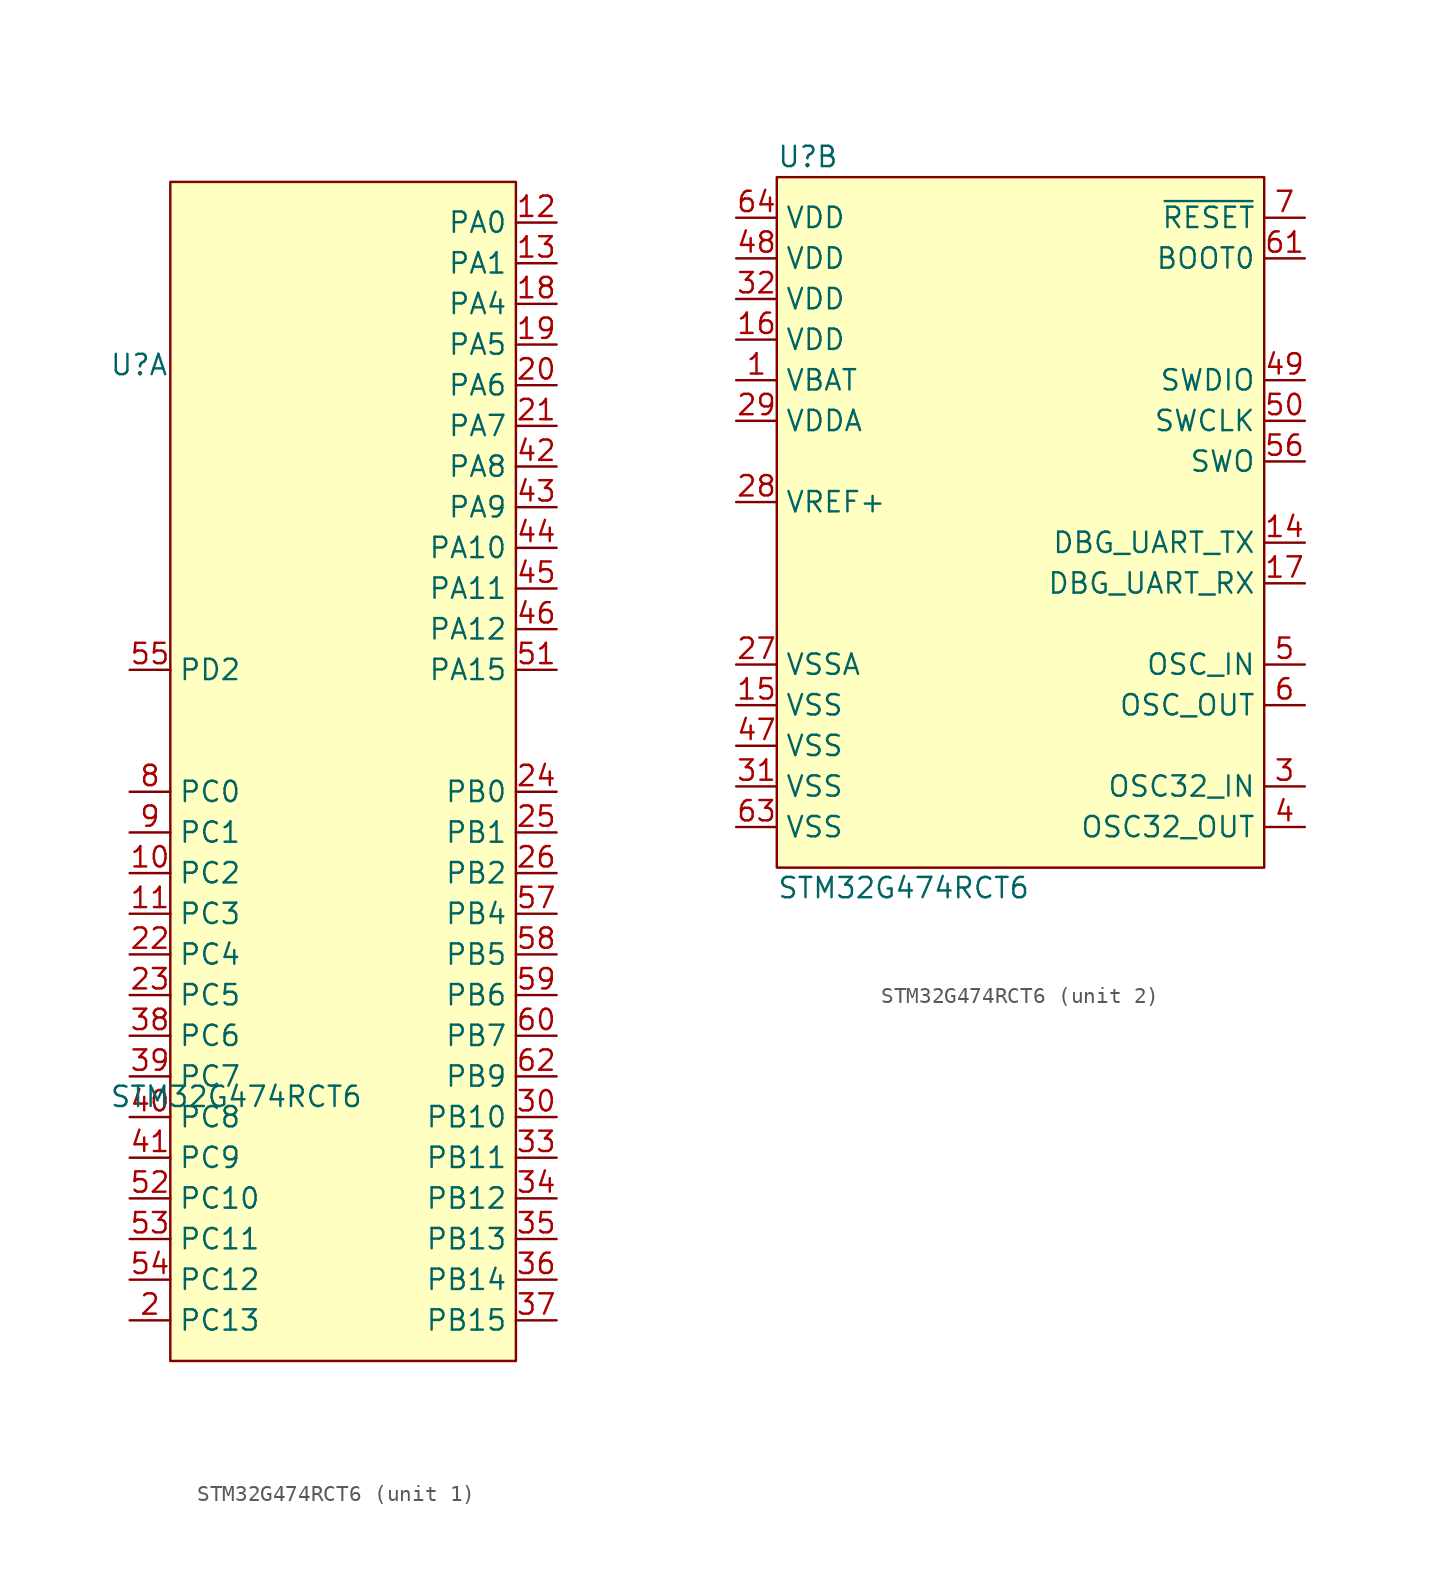
<source format=kicad_sym>
(kicad_symbol_lib
  (version 20220914)
  (generator kicad_symbol_editor)
  (symbol "STM32G474RCT6"
    (property "Reference" "U"
      (at -15.24 22.86 0)
      (effects (font (size 1.27 1.27)) (justify left)))
    (property "Value" "STM32G474RCT6"
      (at -15.24 -22.86 0)
      (effects (font (size 1.27 1.27)) (justify left)))
    (property "ki_locked" ""
      (at 0 0 0)
      (effects (font (size 1.27 1.27))))
    (symbol "STM32G474RCT6_1_1"
      (rectangle (start -11.43 34.29) (end 10.16 -39.37) (stroke (width 0) (type default)) (fill (type background)))
      (pin bidirectional line (at -13.97 -8.89 0) (length 2.54) (name "PC2" (effects (font (size 1.27 1.27)))) (number "10" (effects (font (size 1.27 1.27)))) (alternate "ADC1_IN8" bidirectional line) (alternate "ADC2_IN8" bidirectional line) (alternate "ADC3_EXTI2" bidirectional line) (alternate "ADC4_EXTI2" bidirectional line) (alternate "ADC5_EXTI2" bidirectional line) (alternate "COMP3_OUT" bidirectional line) (alternate "LPTIM1_IN2" bidirectional line) (alternate "QUADSPI1_BK2_IO1" bidirectional line) (alternate "TIM1_CH3" bidirectional line) (alternate "TIM20_CH2" bidirectional line))
      (pin bidirectional line (at -13.97 -11.43 0) (length 2.54) (name "PC3" (effects (font (size 1.27 1.27)))) (number "11" (effects (font (size 1.27 1.27)))) (alternate "ADC1_IN9" bidirectional line) (alternate "ADC2_IN9" bidirectional line) (alternate "ADC3_EXTI3" bidirectional line) (alternate "ADC4_EXTI3" bidirectional line) (alternate "ADC5_EXTI3" bidirectional line) (alternate "LPTIM1_ETR" bidirectional line) (alternate "OPAMP5_VINP" bidirectional line) (alternate "OPAMP5_VINP_SEC" bidirectional line) (alternate "QUADSPI1_BK2_IO2" bidirectional line) (alternate "SAI1_D1" bidirectional line) (alternate "SAI1_SD_A" bidirectional line) (alternate "TIM1_BKIN2" bidirectional line) (alternate "TIM1_CH4" bidirectional line))
      (pin bidirectional line (at 12.7 31.75 180) (length 2.54) (name "PA0" (effects (font (size 1.27 1.27)))) (number "12" (effects (font (size 1.27 1.27)))) (alternate "ADC1_IN1" bidirectional line) (alternate "ADC2_IN1" bidirectional line) (alternate "COMP1_INM" bidirectional line) (alternate "COMP1_OUT" bidirectional line) (alternate "COMP3_INP" bidirectional line) (alternate "RTC_TAMP2" bidirectional line) (alternate "SYS_WKUP1" bidirectional line) (alternate "TIM2_CH1" bidirectional line) (alternate "TIM2_ETR" bidirectional line) (alternate "TIM5_CH1" bidirectional line) (alternate "TIM8_BKIN" bidirectional line) (alternate "TIM8_ETR" bidirectional line) (alternate "USART2_CTS" bidirectional line) (alternate "USART2_NSS" bidirectional line))
      (pin bidirectional line (at 12.7 29.21 180) (length 2.54) (name "PA1" (effects (font (size 1.27 1.27)))) (number "13" (effects (font (size 1.27 1.27)))) (alternate "ADC1_IN2" bidirectional line) (alternate "ADC2_IN2" bidirectional line) (alternate "COMP1_INP" bidirectional line) (alternate "OPAMP1_VINP" bidirectional line) (alternate "OPAMP1_VINP_SEC" bidirectional line) (alternate "OPAMP3_VINP" bidirectional line) (alternate "OPAMP3_VINP_SEC" bidirectional line) (alternate "OPAMP6_VINM" bidirectional line) (alternate "OPAMP6_VINM0" bidirectional line) (alternate "OPAMP6_VINM_SEC" bidirectional line) (alternate "RTC_REFIN" bidirectional line) (alternate "TIM15_CH1N" bidirectional line) (alternate "TIM2_CH2" bidirectional line) (alternate "TIM5_CH2" bidirectional line) (alternate "USART2_DE" bidirectional line) (alternate "USART2_RTS" bidirectional line))
      (pin bidirectional line (at 12.7 26.67 180) (length 2.54) (name "PA4" (effects (font (size 1.27 1.27)))) (number "18" (effects (font (size 1.27 1.27)))) (alternate "ADC2_IN17" bidirectional line) (alternate "COMP1_INM" bidirectional line) (alternate "DAC1_OUT1" bidirectional line) (alternate "I2S3_WS" bidirectional line) (alternate "SAI1_FS_B" bidirectional line) (alternate "SPI1_NSS" bidirectional line) (alternate "SPI3_NSS" bidirectional line) (alternate "TIM3_CH2" bidirectional line) (alternate "USART2_CK" bidirectional line))
      (pin bidirectional line (at 12.7 24.13 180) (length 2.54) (name "PA5" (effects (font (size 1.27 1.27)))) (number "19" (effects (font (size 1.27 1.27)))) (alternate "ADC2_IN13" bidirectional line) (alternate "COMP2_INM" bidirectional line) (alternate "DAC1_OUT2" bidirectional line) (alternate "OPAMP2_VINM" bidirectional line) (alternate "OPAMP2_VINM0" bidirectional line) (alternate "OPAMP2_VINM_SEC" bidirectional line) (alternate "SPI1_SCK" bidirectional line) (alternate "TIM2_CH1" bidirectional line) (alternate "TIM2_ETR" bidirectional line) (alternate "UCPD1_FRSTX1" bidirectional line) (alternate "UCPD1_FRSTX2" bidirectional line))
      (pin bidirectional line (at -13.97 -36.83 0) (length 2.54) (name "PC13" (effects (font (size 1.27 1.27)))) (number "2" (effects (font (size 1.27 1.27)))) (alternate "RTC_OUT1" bidirectional line) (alternate "RTC_TAMP1" bidirectional line) (alternate "RTC_TS" bidirectional line) (alternate "SYS_WKUP2" bidirectional line) (alternate "TIM1_BKIN" bidirectional line) (alternate "TIM1_CH1N" bidirectional line) (alternate "TIM8_CH4N" bidirectional line))
      (pin bidirectional line (at 12.7 21.59 180) (length 2.54) (name "PA6" (effects (font (size 1.27 1.27)))) (number "20" (effects (font (size 1.27 1.27)))) (alternate "ADC2_IN3" bidirectional line) (alternate "COMP1_OUT" bidirectional line) (alternate "DAC2_OUT1" bidirectional line) (alternate "LPUART1_CTS" bidirectional line) (alternate "OPAMP2_VOUT" bidirectional line) (alternate "QUADSPI1_BK1_IO3" bidirectional line) (alternate "SPI1_MISO" bidirectional line) (alternate "TIM16_CH1" bidirectional line) (alternate "TIM1_BKIN" bidirectional line) (alternate "TIM3_CH1" bidirectional line) (alternate "TIM8_BKIN" bidirectional line))
      (pin bidirectional line (at 12.7 19.05 180) (length 2.54) (name "PA7" (effects (font (size 1.27 1.27)))) (number "21" (effects (font (size 1.27 1.27)))) (alternate "ADC2_IN4" bidirectional line) (alternate "COMP2_INP" bidirectional line) (alternate "COMP2_OUT" bidirectional line) (alternate "OPAMP1_VINP" bidirectional line) (alternate "OPAMP1_VINP_SEC" bidirectional line) (alternate "OPAMP2_VINP" bidirectional line) (alternate "OPAMP2_VINP_SEC" bidirectional line) (alternate "QUADSPI1_BK1_IO2" bidirectional line) (alternate "SPI1_MOSI" bidirectional line) (alternate "TIM17_CH1" bidirectional line) (alternate "TIM1_CH1N" bidirectional line) (alternate "TIM3_CH2" bidirectional line) (alternate "TIM8_CH1N" bidirectional line) (alternate "UCPD1_FRSTX1" bidirectional line) (alternate "UCPD1_FRSTX2" bidirectional line))
      (pin bidirectional line (at -13.97 -13.97 0) (length 2.54) (name "PC4" (effects (font (size 1.27 1.27)))) (number "22" (effects (font (size 1.27 1.27)))) (alternate "ADC2_IN5" bidirectional line) (alternate "I2C2_SCL" bidirectional line) (alternate "QUADSPI1_BK2_IO3" bidirectional line) (alternate "TIM1_ETR" bidirectional line) (alternate "USART1_TX" bidirectional line))
      (pin bidirectional line (at -13.97 -16.51 0) (length 2.54) (name "PC5" (effects (font (size 1.27 1.27)))) (number "23" (effects (font (size 1.27 1.27)))) (alternate "ADC2_IN11" bidirectional line) (alternate "HRTIM1_EEV10" bidirectional line) (alternate "OPAMP1_VINM" bidirectional line) (alternate "OPAMP1_VINM1" bidirectional line) (alternate "OPAMP1_VINM_SEC" bidirectional line) (alternate "OPAMP2_VINM" bidirectional line) (alternate "OPAMP2_VINM1" bidirectional line) (alternate "OPAMP2_VINM_SEC" bidirectional line) (alternate "SAI1_D3" bidirectional line) (alternate "SYS_WKUP5" bidirectional line) (alternate "TIM15_BKIN" bidirectional line) (alternate "TIM1_CH4N" bidirectional line) (alternate "USART1_RX" bidirectional line))
      (pin bidirectional line (at 12.7 -3.81 180) (length 2.54) (name "PB0" (effects (font (size 1.27 1.27)))) (number "24" (effects (font (size 1.27 1.27)))) (alternate "ADC1_IN15" bidirectional line) (alternate "ADC3_IN12" bidirectional line) (alternate "COMP4_INP" bidirectional line) (alternate "HRTIM1_FLT5" bidirectional line) (alternate "OPAMP2_VINP" bidirectional line) (alternate "OPAMP2_VINP_SEC" bidirectional line) (alternate "OPAMP3_VINP" bidirectional line) (alternate "OPAMP3_VINP_SEC" bidirectional line) (alternate "QUADSPI1_BK1_IO1" bidirectional line) (alternate "TIM1_CH2N" bidirectional line) (alternate "TIM3_CH3" bidirectional line) (alternate "TIM8_CH2N" bidirectional line) (alternate "UCPD1_FRSTX1" bidirectional line) (alternate "UCPD1_FRSTX2" bidirectional line))
      (pin bidirectional line (at 12.7 -6.35 180) (length 2.54) (name "PB1" (effects (font (size 1.27 1.27)))) (number "25" (effects (font (size 1.27 1.27)))) (alternate "ADC1_IN12" bidirectional line) (alternate "ADC3_IN1" bidirectional line) (alternate "COMP1_INP" bidirectional line) (alternate "COMP4_OUT" bidirectional line) (alternate "HRTIM1_SCOUT" bidirectional line) (alternate "LPUART1_DE" bidirectional line) (alternate "LPUART1_RTS" bidirectional line) (alternate "OPAMP3_VOUT" bidirectional line) (alternate "OPAMP6_VINM" bidirectional line) (alternate "OPAMP6_VINM1" bidirectional line) (alternate "OPAMP6_VINM_SEC" bidirectional line) (alternate "QUADSPI1_BK1_IO0" bidirectional line) (alternate "TIM1_CH3N" bidirectional line) (alternate "TIM3_CH4" bidirectional line) (alternate "TIM8_CH3N" bidirectional line))
      (pin bidirectional line (at 12.7 -8.89 180) (length 2.54) (name "PB2" (effects (font (size 1.27 1.27)))) (number "26" (effects (font (size 1.27 1.27)))) (alternate "ADC2_IN12" bidirectional line) (alternate "ADC3_EXTI2" bidirectional line) (alternate "ADC4_EXTI2" bidirectional line) (alternate "ADC5_EXTI2" bidirectional line) (alternate "COMP4_INM" bidirectional line) (alternate "HRTIM1_SCIN" bidirectional line) (alternate "I2C3_SMBA" bidirectional line) (alternate "LPTIM1_OUT" bidirectional line) (alternate "OPAMP3_VINM" bidirectional line) (alternate "OPAMP3_VINM0" bidirectional line) (alternate "OPAMP3_VINM_SEC" bidirectional line) (alternate "QUADSPI1_BK2_IO1" bidirectional line) (alternate "RTC_OUT2" bidirectional line) (alternate "TIM20_CH1" bidirectional line) (alternate "TIM5_CH1" bidirectional line))
      (pin bidirectional line (at 12.7 -24.13 180) (length 2.54) (name "PB10" (effects (font (size 1.27 1.27)))) (number "30" (effects (font (size 1.27 1.27)))) (alternate "COMP5_INM" bidirectional line) (alternate "DAC1_EXTI10" bidirectional line) (alternate "DAC2_EXTI10" bidirectional line) (alternate "DAC3_EXTI10" bidirectional line) (alternate "DAC4_EXTI10" bidirectional line) (alternate "HRTIM1_FLT3" bidirectional line) (alternate "LPUART1_RX" bidirectional line) (alternate "OPAMP3_VINM" bidirectional line) (alternate "OPAMP3_VINM1" bidirectional line) (alternate "OPAMP3_VINM_SEC" bidirectional line) (alternate "OPAMP4_VINM" bidirectional line) (alternate "OPAMP4_VINM0" bidirectional line) (alternate "OPAMP4_VINM_SEC" bidirectional line) (alternate "QUADSPI1_CLK" bidirectional line) (alternate "SAI1_SCK_A" bidirectional line) (alternate "TIM1_BKIN" bidirectional line) (alternate "TIM2_CH3" bidirectional line) (alternate "USART3_TX" bidirectional line))
      (pin bidirectional line (at 12.7 -26.67 180) (length 2.54) (name "PB11" (effects (font (size 1.27 1.27)))) (number "33" (effects (font (size 1.27 1.27)))) (alternate "ADC1_EXTI11" bidirectional line) (alternate "ADC1_IN14" bidirectional line) (alternate "ADC2_EXTI11" bidirectional line) (alternate "ADC2_IN14" bidirectional line) (alternate "COMP6_INP" bidirectional line) (alternate "HRTIM1_FLT4" bidirectional line) (alternate "LPUART1_TX" bidirectional line) (alternate "OPAMP4_VINP" bidirectional line) (alternate "OPAMP4_VINP_SEC" bidirectional line) (alternate "OPAMP6_VOUT" bidirectional line) (alternate "QUADSPI1_BK1_NCS" bidirectional line) (alternate "TIM2_CH4" bidirectional line) (alternate "USART3_RX" bidirectional line))
      (pin bidirectional line (at 12.7 -29.21 180) (length 2.54) (name "PB12" (effects (font (size 1.27 1.27)))) (number "34" (effects (font (size 1.27 1.27)))) (alternate "ADC1_IN11" bidirectional line) (alternate "ADC4_IN3" bidirectional line) (alternate "COMP7_INM" bidirectional line) (alternate "FDCAN2_RX" bidirectional line) (alternate "HRTIM1_CHC1" bidirectional line) (alternate "I2C2_SMBA" bidirectional line) (alternate "I2S2_WS" bidirectional line) (alternate "LPUART1_DE" bidirectional line) (alternate "LPUART1_RTS" bidirectional line) (alternate "OPAMP4_VOUT" bidirectional line) (alternate "OPAMP6_VINP" bidirectional line) (alternate "OPAMP6_VINP_SEC" bidirectional line) (alternate "SPI2_NSS" bidirectional line) (alternate "TIM1_BKIN" bidirectional line) (alternate "TIM5_ETR" bidirectional line) (alternate "USART3_CK" bidirectional line))
      (pin bidirectional line (at 12.7 -31.75 180) (length 2.54) (name "PB13" (effects (font (size 1.27 1.27)))) (number "35" (effects (font (size 1.27 1.27)))) (alternate "ADC3_IN5" bidirectional line) (alternate "COMP5_INP" bidirectional line) (alternate "FDCAN2_TX" bidirectional line) (alternate "HRTIM1_CHC2" bidirectional line) (alternate "I2S2_CK" bidirectional line) (alternate "LPUART1_CTS" bidirectional line) (alternate "OPAMP3_VINP" bidirectional line) (alternate "OPAMP3_VINP_SEC" bidirectional line) (alternate "OPAMP4_VINP" bidirectional line) (alternate "OPAMP4_VINP_SEC" bidirectional line) (alternate "OPAMP6_VINP" bidirectional line) (alternate "OPAMP6_VINP_SEC" bidirectional line) (alternate "SPI2_SCK" bidirectional line) (alternate "TIM1_CH1N" bidirectional line) (alternate "USART3_CTS" bidirectional line) (alternate "USART3_NSS" bidirectional line))
      (pin bidirectional line (at 12.7 -34.29 180) (length 2.54) (name "PB14" (effects (font (size 1.27 1.27)))) (number "36" (effects (font (size 1.27 1.27)))) (alternate "ADC1_IN5" bidirectional line) (alternate "ADC4_IN4" bidirectional line) (alternate "COMP4_OUT" bidirectional line) (alternate "COMP7_INP" bidirectional line) (alternate "HRTIM1_CHD1" bidirectional line) (alternate "OPAMP2_VINP" bidirectional line) (alternate "OPAMP2_VINP_SEC" bidirectional line) (alternate "OPAMP5_VINP" bidirectional line) (alternate "OPAMP5_VINP_SEC" bidirectional line) (alternate "SPI2_MISO" bidirectional line) (alternate "TIM15_CH1" bidirectional line) (alternate "TIM1_CH2N" bidirectional line) (alternate "USART3_DE" bidirectional line) (alternate "USART3_RTS" bidirectional line))
      (pin bidirectional line (at 12.7 -36.83 180) (length 2.54) (name "PB15" (effects (font (size 1.27 1.27)))) (number "37" (effects (font (size 1.27 1.27)))) (alternate "ADC1_EXTI15" bidirectional line) (alternate "ADC2_EXTI15" bidirectional line) (alternate "ADC2_IN15" bidirectional line) (alternate "ADC4_IN5" bidirectional line) (alternate "COMP3_OUT" bidirectional line) (alternate "COMP6_INM" bidirectional line) (alternate "HRTIM1_CHD2" bidirectional line) (alternate "I2S2_SD" bidirectional line) (alternate "OPAMP5_VINM" bidirectional line) (alternate "OPAMP5_VINM0" bidirectional line) (alternate "OPAMP5_VINM_SEC" bidirectional line) (alternate "RTC_REFIN" bidirectional line) (alternate "SPI2_MOSI" bidirectional line) (alternate "TIM15_CH1N" bidirectional line) (alternate "TIM15_CH2" bidirectional line) (alternate "TIM1_CH3N" bidirectional line))
      (pin bidirectional line (at -13.97 -19.05 0) (length 2.54) (name "PC6" (effects (font (size 1.27 1.27)))) (number "38" (effects (font (size 1.27 1.27)))) (alternate "COMP6_OUT" bidirectional line) (alternate "HRTIM1_CHF1" bidirectional line) (alternate "HRTIM1_EEV10" bidirectional line) (alternate "I2C4_SCL" bidirectional line) (alternate "I2S2_MCK" bidirectional line) (alternate "TIM3_CH1" bidirectional line) (alternate "TIM8_CH1" bidirectional line))
      (pin bidirectional line (at -13.97 -21.59 0) (length 2.54) (name "PC7" (effects (font (size 1.27 1.27)))) (number "39" (effects (font (size 1.27 1.27)))) (alternate "COMP5_OUT" bidirectional line) (alternate "HRTIM1_CHF2" bidirectional line) (alternate "HRTIM1_FLT5" bidirectional line) (alternate "I2C4_SDA" bidirectional line) (alternate "I2S3_MCK" bidirectional line) (alternate "TIM3_CH2" bidirectional line) (alternate "TIM8_CH2" bidirectional line))
      (pin bidirectional line (at -13.97 -24.13 0) (length 2.54) (name "PC8" (effects (font (size 1.27 1.27)))) (number "40" (effects (font (size 1.27 1.27)))) (alternate "COMP7_OUT" bidirectional line) (alternate "HRTIM1_CHE1" bidirectional line) (alternate "I2C3_SCL" bidirectional line) (alternate "TIM20_CH3" bidirectional line) (alternate "TIM3_CH3" bidirectional line) (alternate "TIM8_CH3" bidirectional line))
      (pin bidirectional line (at -13.97 -26.67 0) (length 2.54) (name "PC9" (effects (font (size 1.27 1.27)))) (number "41" (effects (font (size 1.27 1.27)))) (alternate "DAC1_EXTI9" bidirectional line) (alternate "DAC2_EXTI9" bidirectional line) (alternate "DAC3_EXTI9" bidirectional line) (alternate "DAC4_EXTI9" bidirectional line) (alternate "HRTIM1_CHE2" bidirectional line) (alternate "I2C3_SDA" bidirectional line) (alternate "I2S_CKIN" bidirectional line) (alternate "TIM3_CH4" bidirectional line) (alternate "TIM8_BKIN2" bidirectional line) (alternate "TIM8_CH4" bidirectional line))
      (pin bidirectional line (at 12.7 16.51 180) (length 2.54) (name "PA8" (effects (font (size 1.27 1.27)))) (number "42" (effects (font (size 1.27 1.27)))) (alternate "ADC5_IN1" bidirectional line) (alternate "COMP7_OUT" bidirectional line) (alternate "FDCAN3_RX" bidirectional line) (alternate "HRTIM1_CHA1" bidirectional line) (alternate "I2C2_SDA" bidirectional line) (alternate "I2C3_SCL" bidirectional line) (alternate "I2S2_MCK" bidirectional line) (alternate "OPAMP5_VOUT" bidirectional line) (alternate "RCC_MCO" bidirectional line) (alternate "SAI1_CK2" bidirectional line) (alternate "SAI1_SCK_A" bidirectional line) (alternate "TIM1_CH1" bidirectional line) (alternate "TIM4_ETR" bidirectional line) (alternate "USART1_CK" bidirectional line))
      (pin bidirectional line (at 12.7 13.97 180) (length 2.54) (name "PA9" (effects (font (size 1.27 1.27)))) (number "43" (effects (font (size 1.27 1.27)))) (alternate "ADC5_IN2" bidirectional line) (alternate "COMP5_OUT" bidirectional line) (alternate "DAC1_EXTI9" bidirectional line) (alternate "DAC2_EXTI9" bidirectional line) (alternate "DAC3_EXTI9" bidirectional line) (alternate "DAC4_EXTI9" bidirectional line) (alternate "HRTIM1_CHA2" bidirectional line) (alternate "I2C2_SCL" bidirectional line) (alternate "I2C3_SMBA" bidirectional line) (alternate "I2S3_MCK" bidirectional line) (alternate "SAI1_FS_A" bidirectional line) (alternate "TIM15_BKIN" bidirectional line) (alternate "TIM1_CH2" bidirectional line) (alternate "TIM2_CH3" bidirectional line) (alternate "UCPD1_DBCC1" bidirectional line) (alternate "USART1_TX" bidirectional line))
      (pin bidirectional line (at 12.7 11.43 180) (length 2.54) (name "PA10" (effects (font (size 1.27 1.27)))) (number "44" (effects (font (size 1.27 1.27)))) (alternate "COMP6_OUT" bidirectional line) (alternate "CRS_SYNC" bidirectional line) (alternate "DAC1_EXTI10" bidirectional line) (alternate "DAC2_EXTI10" bidirectional line) (alternate "DAC3_EXTI10" bidirectional line) (alternate "DAC4_EXTI10" bidirectional line) (alternate "HRTIM1_CHB1" bidirectional line) (alternate "I2C2_SMBA" bidirectional line) (alternate "SAI1_D1" bidirectional line) (alternate "SAI1_SD_A" bidirectional line) (alternate "SPI2_MISO" bidirectional line) (alternate "TIM17_BKIN" bidirectional line) (alternate "TIM1_CH3" bidirectional line) (alternate "TIM2_CH4" bidirectional line) (alternate "TIM8_BKIN" bidirectional line) (alternate "UCPD1_DBCC2" bidirectional line) (alternate "USART1_RX" bidirectional line))
      (pin bidirectional line (at 12.7 8.89 180) (length 2.54) (name "PA11" (effects (font (size 1.27 1.27)))) (number "45" (effects (font (size 1.27 1.27)))) (alternate "ADC1_EXTI11" bidirectional line) (alternate "ADC2_EXTI11" bidirectional line) (alternate "COMP1_OUT" bidirectional line) (alternate "FDCAN1_RX" bidirectional line) (alternate "HRTIM1_CHB2" bidirectional line) (alternate "I2S2_SD" bidirectional line) (alternate "SPI2_MOSI" bidirectional line) (alternate "TIM1_BKIN2" bidirectional line) (alternate "TIM1_CH1N" bidirectional line) (alternate "TIM1_CH4" bidirectional line) (alternate "TIM4_CH1" bidirectional line) (alternate "USART1_CTS" bidirectional line) (alternate "USART1_NSS" bidirectional line) (alternate "USB_DM" bidirectional line))
      (pin bidirectional line (at 12.7 6.35 180) (length 2.54) (name "PA12" (effects (font (size 1.27 1.27)))) (number "46" (effects (font (size 1.27 1.27)))) (alternate "COMP2_OUT" bidirectional line) (alternate "FDCAN1_TX" bidirectional line) (alternate "HRTIM1_FLT1" bidirectional line) (alternate "I2S_CKIN" bidirectional line) (alternate "TIM16_CH1" bidirectional line) (alternate "TIM1_CH2N" bidirectional line) (alternate "TIM1_ETR" bidirectional line) (alternate "TIM4_CH2" bidirectional line) (alternate "USART1_DE" bidirectional line) (alternate "USART1_RTS" bidirectional line) (alternate "USB_DP" bidirectional line))
      (pin bidirectional line (at 12.7 3.81 180) (length 2.54) (name "PA15" (effects (font (size 1.27 1.27)))) (number "51" (effects (font (size 1.27 1.27)))) (alternate "ADC1_EXTI15" bidirectional line) (alternate "ADC2_EXTI15" bidirectional line) (alternate "FDCAN3_TX" bidirectional line) (alternate "HRTIM1_FLT2" bidirectional line) (alternate "I2C1_SCL" bidirectional line) (alternate "I2S3_WS" bidirectional line) (alternate "SPI1_NSS" bidirectional line) (alternate "SPI3_NSS" bidirectional line) (alternate "SYS_JTDI" bidirectional line) (alternate "TIM1_BKIN" bidirectional line) (alternate "TIM2_CH1" bidirectional line) (alternate "TIM2_ETR" bidirectional line) (alternate "TIM8_CH1" bidirectional line) (alternate "UART4_DE" bidirectional line) (alternate "UART4_RTS" bidirectional line) (alternate "USART2_RX" bidirectional line))
      (pin bidirectional line (at -13.97 -29.21 0) (length 2.54) (name "PC10" (effects (font (size 1.27 1.27)))) (number "52" (effects (font (size 1.27 1.27)))) (alternate "DAC1_EXTI10" bidirectional line) (alternate "DAC2_EXTI10" bidirectional line) (alternate "DAC3_EXTI10" bidirectional line) (alternate "DAC4_EXTI10" bidirectional line) (alternate "HRTIM1_FLT6" bidirectional line) (alternate "I2S3_CK" bidirectional line) (alternate "SPI3_SCK" bidirectional line) (alternate "TIM8_CH1N" bidirectional line) (alternate "UART4_TX" bidirectional line) (alternate "USART3_TX" bidirectional line))
      (pin bidirectional line (at -13.97 -31.75 0) (length 2.54) (name "PC11" (effects (font (size 1.27 1.27)))) (number "53" (effects (font (size 1.27 1.27)))) (alternate "ADC1_EXTI11" bidirectional line) (alternate "ADC2_EXTI11" bidirectional line) (alternate "HRTIM1_EEV2" bidirectional line) (alternate "I2C3_SDA" bidirectional line) (alternate "SPI3_MISO" bidirectional line) (alternate "TIM8_CH2N" bidirectional line) (alternate "UART4_RX" bidirectional line) (alternate "USART3_RX" bidirectional line))
      (pin bidirectional line (at -13.97 -34.29 0) (length 2.54) (name "PC12" (effects (font (size 1.27 1.27)))) (number "54" (effects (font (size 1.27 1.27)))) (alternate "HRTIM1_EEV1" bidirectional line) (alternate "I2S3_SD" bidirectional line) (alternate "SPI3_MOSI" bidirectional line) (alternate "TIM5_CH2" bidirectional line) (alternate "TIM8_CH3N" bidirectional line) (alternate "UART5_TX" bidirectional line) (alternate "UCPD1_FRSTX1" bidirectional line) (alternate "UCPD1_FRSTX2" bidirectional line) (alternate "USART3_CK" bidirectional line))
      (pin bidirectional line (at -13.97 3.81 0) (length 2.54) (name "PD2" (effects (font (size 1.27 1.27)))) (number "55" (effects (font (size 1.27 1.27)))) (alternate "ADC3_EXTI2" bidirectional line) (alternate "ADC4_EXTI2" bidirectional line) (alternate "ADC5_EXTI2" bidirectional line) (alternate "TIM3_ETR" bidirectional line) (alternate "TIM8_BKIN" bidirectional line) (alternate "UART5_RX" bidirectional line))
      (pin bidirectional line (at 12.7 -11.43 180) (length 2.54) (name "PB4" (effects (font (size 1.27 1.27)))) (number "57" (effects (font (size 1.27 1.27)))) (alternate "FDCAN3_TX" bidirectional line) (alternate "HRTIM1_EEV7" bidirectional line) (alternate "SAI1_MCLK_B" bidirectional line) (alternate "SPI1_MISO" bidirectional line) (alternate "SPI3_MISO" bidirectional line) (alternate "SYS_JTRST" bidirectional line) (alternate "TIM16_CH1" bidirectional line) (alternate "TIM17_BKIN" bidirectional line) (alternate "TIM3_CH1" bidirectional line) (alternate "TIM8_CH2N" bidirectional line) (alternate "UART5_DE" bidirectional line) (alternate "UART5_RTS" bidirectional line) (alternate "UCPD1_CC2" bidirectional line) (alternate "USART2_RX" bidirectional line))
      (pin bidirectional line (at 12.7 -13.97 180) (length 2.54) (name "PB5" (effects (font (size 1.27 1.27)))) (number "58" (effects (font (size 1.27 1.27)))) (alternate "FDCAN2_RX" bidirectional line) (alternate "HRTIM1_EEV6" bidirectional line) (alternate "I2C1_SMBA" bidirectional line) (alternate "I2C3_SDA" bidirectional line) (alternate "I2S3_SD" bidirectional line) (alternate "LPTIM1_IN1" bidirectional line) (alternate "SAI1_SD_B" bidirectional line) (alternate "SPI1_MOSI" bidirectional line) (alternate "SPI3_MOSI" bidirectional line) (alternate "TIM16_BKIN" bidirectional line) (alternate "TIM17_CH1" bidirectional line) (alternate "TIM3_CH2" bidirectional line) (alternate "TIM8_CH3N" bidirectional line) (alternate "UART5_CTS" bidirectional line) (alternate "USART2_CK" bidirectional line))
      (pin bidirectional line (at 12.7 -16.51 180) (length 2.54) (name "PB6" (effects (font (size 1.27 1.27)))) (number "59" (effects (font (size 1.27 1.27)))) (alternate "COMP4_OUT" bidirectional line) (alternate "FDCAN2_TX" bidirectional line) (alternate "HRTIM1_EEV4" bidirectional line) (alternate "HRTIM1_SCIN" bidirectional line) (alternate "LPTIM1_ETR" bidirectional line) (alternate "SAI1_FS_B" bidirectional line) (alternate "TIM16_CH1N" bidirectional line) (alternate "TIM4_CH1" bidirectional line) (alternate "TIM8_BKIN2" bidirectional line) (alternate "TIM8_CH1" bidirectional line) (alternate "TIM8_ETR" bidirectional line) (alternate "UCPD1_CC1" bidirectional line) (alternate "USART1_TX" bidirectional line))
      (pin bidirectional line (at 12.7 -19.05 180) (length 2.54) (name "PB7" (effects (font (size 1.27 1.27)))) (number "60" (effects (font (size 1.27 1.27)))) (alternate "COMP3_OUT" bidirectional line) (alternate "HRTIM1_EEV3" bidirectional line) (alternate "I2C1_SDA" bidirectional line) (alternate "I2C4_SDA" bidirectional line) (alternate "LPTIM1_IN2" bidirectional line) (alternate "SYS_PVD_IN" bidirectional line) (alternate "TIM17_CH1N" bidirectional line) (alternate "TIM3_CH4" bidirectional line) (alternate "TIM4_CH2" bidirectional line) (alternate "TIM8_BKIN" bidirectional line) (alternate "UART4_CTS" bidirectional line) (alternate "USART1_RX" bidirectional line))
      (pin bidirectional line (at 12.7 -21.59 180) (length 2.54) (name "PB9" (effects (font (size 1.27 1.27)))) (number "62" (effects (font (size 1.27 1.27)))) (alternate "COMP2_OUT" bidirectional line) (alternate "DAC1_EXTI9" bidirectional line) (alternate "DAC2_EXTI9" bidirectional line) (alternate "DAC3_EXTI9" bidirectional line) (alternate "DAC4_EXTI9" bidirectional line) (alternate "FDCAN1_TX" bidirectional line) (alternate "HRTIM1_EEV5" bidirectional line) (alternate "I2C1_SDA" bidirectional line) (alternate "IR_OUT" bidirectional line) (alternate "SAI1_D2" bidirectional line) (alternate "SAI1_FS_A" bidirectional line) (alternate "TIM17_CH1" bidirectional line) (alternate "TIM1_CH3N" bidirectional line) (alternate "TIM4_CH4" bidirectional line) (alternate "TIM8_CH3" bidirectional line) (alternate "USART3_TX" bidirectional line))
      (pin bidirectional line (at -13.97 -3.81 0) (length 2.54) (name "PC0" (effects (font (size 1.27 1.27)))) (number "8" (effects (font (size 1.27 1.27)))) (alternate "ADC1_IN6" bidirectional line) (alternate "ADC2_IN6" bidirectional line) (alternate "COMP3_INM" bidirectional line) (alternate "LPTIM1_IN1" bidirectional line) (alternate "LPUART1_RX" bidirectional line) (alternate "TIM1_CH1" bidirectional line))
      (pin bidirectional line (at -13.97 -6.35 0) (length 2.54) (name "PC1" (effects (font (size 1.27 1.27)))) (number "9" (effects (font (size 1.27 1.27)))) (alternate "ADC1_IN7" bidirectional line) (alternate "ADC2_IN7" bidirectional line) (alternate "COMP3_INP" bidirectional line) (alternate "LPTIM1_OUT" bidirectional line) (alternate "LPUART1_TX" bidirectional line) (alternate "QUADSPI1_BK2_IO0" bidirectional line) (alternate "SAI1_SD_A" bidirectional line) (alternate "TIM1_CH2" bidirectional line)))
    (symbol "STM32G474RCT6_2_1"
      (rectangle (start -15.24 21.59) (end 15.24 -21.59) (stroke (width 0) (type default)) (fill (type background)))
      (pin power_in line (at -17.78 8.89 0) (length 2.54) (name "VBAT" (effects (font (size 1.27 1.27)))) (number "1" (effects (font (size 1.27 1.27)))))
      (pin output line (at 17.78 -1.27 180) (length 2.54) (name "DBG_UART_TX" (effects (font (size 1.27 1.27)))) (number "14" (effects (font (size 1.27 1.27)))) (alternate "ADC1_IN3" bidirectional line) (alternate "ADC3_EXTI2" bidirectional line) (alternate "ADC4_EXTI2" bidirectional line) (alternate "ADC5_EXTI2" bidirectional line) (alternate "COMP2_INM" bidirectional line) (alternate "COMP2_OUT" bidirectional line) (alternate "LPUART1_TX" bidirectional line) (alternate "OPAMP1_VOUT" bidirectional line) (alternate "QUADSPI1_BK1_NCS" bidirectional line) (alternate "RCC_LSCO" bidirectional line) (alternate "SYS_WKUP4" bidirectional line) (alternate "TIM15_CH1" bidirectional line) (alternate "TIM2_CH3" bidirectional line) (alternate "TIM5_CH3" bidirectional line) (alternate "UCPD1_FRSTX1" bidirectional line) (alternate "UCPD1_FRSTX2" bidirectional line) (alternate "USART2_TX" bidirectional line))
      (pin power_in line (at -17.78 -11.43 0) (length 2.54) (name "VSS" (effects (font (size 1.27 1.27)))) (number "15" (effects (font (size 1.27 1.27)))))
      (pin power_in line (at -17.78 11.43 0) (length 2.54) (name "VDD" (effects (font (size 1.27 1.27)))) (number "16" (effects (font (size 1.27 1.27)))))
      (pin input line (at 17.78 -3.81 180) (length 2.54) (name "DBG_UART_RX" (effects (font (size 1.27 1.27)))) (number "17" (effects (font (size 1.27 1.27)))) (alternate "ADC1_IN4" bidirectional line) (alternate "ADC3_EXTI3" bidirectional line) (alternate "ADC4_EXTI3" bidirectional line) (alternate "ADC5_EXTI3" bidirectional line) (alternate "COMP2_INP" bidirectional line) (alternate "LPUART1_RX" bidirectional line) (alternate "OPAMP1_VINM" bidirectional line) (alternate "OPAMP1_VINM0" bidirectional line) (alternate "OPAMP1_VINM_SEC" bidirectional line) (alternate "OPAMP1_VINP" bidirectional line) (alternate "OPAMP1_VINP_SEC" bidirectional line) (alternate "OPAMP5_VINM" bidirectional line) (alternate "OPAMP5_VINM1" bidirectional line) (alternate "OPAMP5_VINM_SEC" bidirectional line) (alternate "QUADSPI1_CLK" bidirectional line) (alternate "SAI1_CK1" bidirectional line) (alternate "SAI1_MCLK_A" bidirectional line) (alternate "TIM15_CH2" bidirectional line) (alternate "TIM2_CH4" bidirectional line) (alternate "TIM5_CH4" bidirectional line) (alternate "USART2_RX" bidirectional line))
      (pin power_in line (at -17.78 -8.89 0) (length 2.54) (name "VSSA" (effects (font (size 1.27 1.27)))) (number "27" (effects (font (size 1.27 1.27)))))
      (pin input line (at -17.78 1.27 0) (length 2.54) (name "VREF+" (effects (font (size 1.27 1.27)))) (number "28" (effects (font (size 1.27 1.27)))) (alternate "VREFBUF_OUT" bidirectional line))
      (pin power_in line (at -17.78 6.35 0) (length 2.54) (name "VDDA" (effects (font (size 1.27 1.27)))) (number "29" (effects (font (size 1.27 1.27)))))
      (pin input line (at 17.78 -16.51 180) (length 2.54) (name "OSC32_IN" (effects (font (size 1.27 1.27)))) (number "3" (effects (font (size 1.27 1.27)))) (alternate "RCC_OSC32_IN" bidirectional line))
      (pin power_in line (at -17.78 -16.51 0) (length 2.54) (name "VSS" (effects (font (size 1.27 1.27)))) (number "31" (effects (font (size 1.27 1.27)))))
      (pin power_in line (at -17.78 13.97 0) (length 2.54) (name "VDD" (effects (font (size 1.27 1.27)))) (number "32" (effects (font (size 1.27 1.27)))))
      (pin output line (at 17.78 -19.05 180) (length 2.54) (name "OSC32_OUT" (effects (font (size 1.27 1.27)))) (number "4" (effects (font (size 1.27 1.27)))) (alternate "ADC1_EXTI15" bidirectional line) (alternate "ADC2_EXTI15" bidirectional line) (alternate "RCC_OSC32_OUT" bidirectional line))
      (pin power_in line (at -17.78 -13.97 0) (length 2.54) (name "VSS" (effects (font (size 1.27 1.27)))) (number "47" (effects (font (size 1.27 1.27)))))
      (pin power_in line (at -17.78 16.51 0) (length 2.54) (name "VDD" (effects (font (size 1.27 1.27)))) (number "48" (effects (font (size 1.27 1.27)))))
      (pin bidirectional line (at 17.78 8.89 180) (length 2.54) (name "SWDIO" (effects (font (size 1.27 1.27)))) (number "49" (effects (font (size 1.27 1.27)))) (alternate "I2C1_SCL" bidirectional line) (alternate "I2C4_SCL" bidirectional line) (alternate "IR_OUT" bidirectional line) (alternate "SAI1_SD_B" bidirectional line) (alternate "SYS_JTMS-SWDIO" bidirectional line) (alternate "TIM16_CH1N" bidirectional line) (alternate "TIM4_CH3" bidirectional line) (alternate "USART3_CTS" bidirectional line) (alternate "USART3_NSS" bidirectional line))
      (pin input line (at 17.78 -8.89 180) (length 2.54) (name "OSC_IN" (effects (font (size 1.27 1.27)))) (number "5" (effects (font (size 1.27 1.27)))) (alternate "ADC1_IN10" bidirectional line) (alternate "I2C2_SDA" bidirectional line) (alternate "I2S2_WS" bidirectional line) (alternate "RCC_OSC_IN" bidirectional line) (alternate "SPI2_NSS" bidirectional line) (alternate "TIM1_CH3N" bidirectional line))
      (pin input line (at 17.78 6.35 180) (length 2.54) (name "SWCLK" (effects (font (size 1.27 1.27)))) (number "50" (effects (font (size 1.27 1.27)))) (alternate "I2C1_SDA" bidirectional line) (alternate "I2C4_SMBA" bidirectional line) (alternate "LPTIM1_OUT" bidirectional line) (alternate "SAI1_FS_B" bidirectional line) (alternate "SYS_JTCK-SWCLK" bidirectional line) (alternate "TIM1_BKIN" bidirectional line) (alternate "TIM8_CH2" bidirectional line) (alternate "USART2_TX" bidirectional line))
      (pin output line (at 17.78 3.81 180) (length 2.54) (name "SWO" (effects (font (size 1.27 1.27)))) (number "56" (effects (font (size 1.27 1.27)))) (alternate "ADC3_EXTI3" bidirectional line) (alternate "ADC4_EXTI3" bidirectional line) (alternate "ADC5_EXTI3" bidirectional line) (alternate "CRS_SYNC" bidirectional line) (alternate "FDCAN3_RX" bidirectional line) (alternate "HRTIM1_EEV9" bidirectional line) (alternate "HRTIM1_SCOUT" bidirectional line) (alternate "I2S3_CK" bidirectional line) (alternate "SAI1_SCK_B" bidirectional line) (alternate "SPI1_SCK" bidirectional line) (alternate "SPI3_SCK" bidirectional line) (alternate "SYS_JTDO-SWO" bidirectional line) (alternate "TIM2_CH2" bidirectional line) (alternate "TIM3_ETR" bidirectional line) (alternate "TIM4_ETR" bidirectional line) (alternate "TIM8_CH1N" bidirectional line) (alternate "USART2_TX" bidirectional line))
      (pin output line (at 17.78 -11.43 180) (length 2.54) (name "OSC_OUT" (effects (font (size 1.27 1.27)))) (number "6" (effects (font (size 1.27 1.27)))) (alternate "ADC2_IN10" bidirectional line) (alternate "COMP3_INM" bidirectional line) (alternate "I2S2_CK" bidirectional line) (alternate "RCC_OSC_OUT" bidirectional line) (alternate "SPI2_SCK" bidirectional line))
      (pin input line (at 17.78 16.51 180) (length 2.54) (name "BOOT0" (effects (font (size 1.27 1.27)))) (number "61" (effects (font (size 1.27 1.27)))) (alternate "COMP1_OUT" bidirectional line) (alternate "FDCAN1_RX" bidirectional line) (alternate "HRTIM1_EEV8" bidirectional line) (alternate "I2C1_SCL" bidirectional line) (alternate "SAI1_CK1" bidirectional line) (alternate "SAI1_MCLK_A" bidirectional line) (alternate "TIM16_CH1" bidirectional line) (alternate "TIM1_BKIN" bidirectional line) (alternate "TIM4_CH3" bidirectional line) (alternate "TIM8_CH2" bidirectional line) (alternate "USART3_RX" bidirectional line))
      (pin power_in line (at -17.78 -19.05 0) (length 2.54) (name "VSS" (effects (font (size 1.27 1.27)))) (number "63" (effects (font (size 1.27 1.27)))))
      (pin power_in line (at -17.78 19.05 0) (length 2.54) (name "VDD" (effects (font (size 1.27 1.27)))) (number "64" (effects (font (size 1.27 1.27)))))
      (pin bidirectional line (at 17.78 19.05 180) (length 2.54) (name "~{RESET}" (effects (font (size 1.27 1.27)))) (number "7" (effects (font (size 1.27 1.27)))) (alternate "DAC1_EXTI10" bidirectional line) (alternate "DAC2_EXTI10" bidirectional line) (alternate "DAC3_EXTI10" bidirectional line) (alternate "DAC4_EXTI10" bidirectional line) (alternate "RCC_MCO" bidirectional line)))))
</source>
